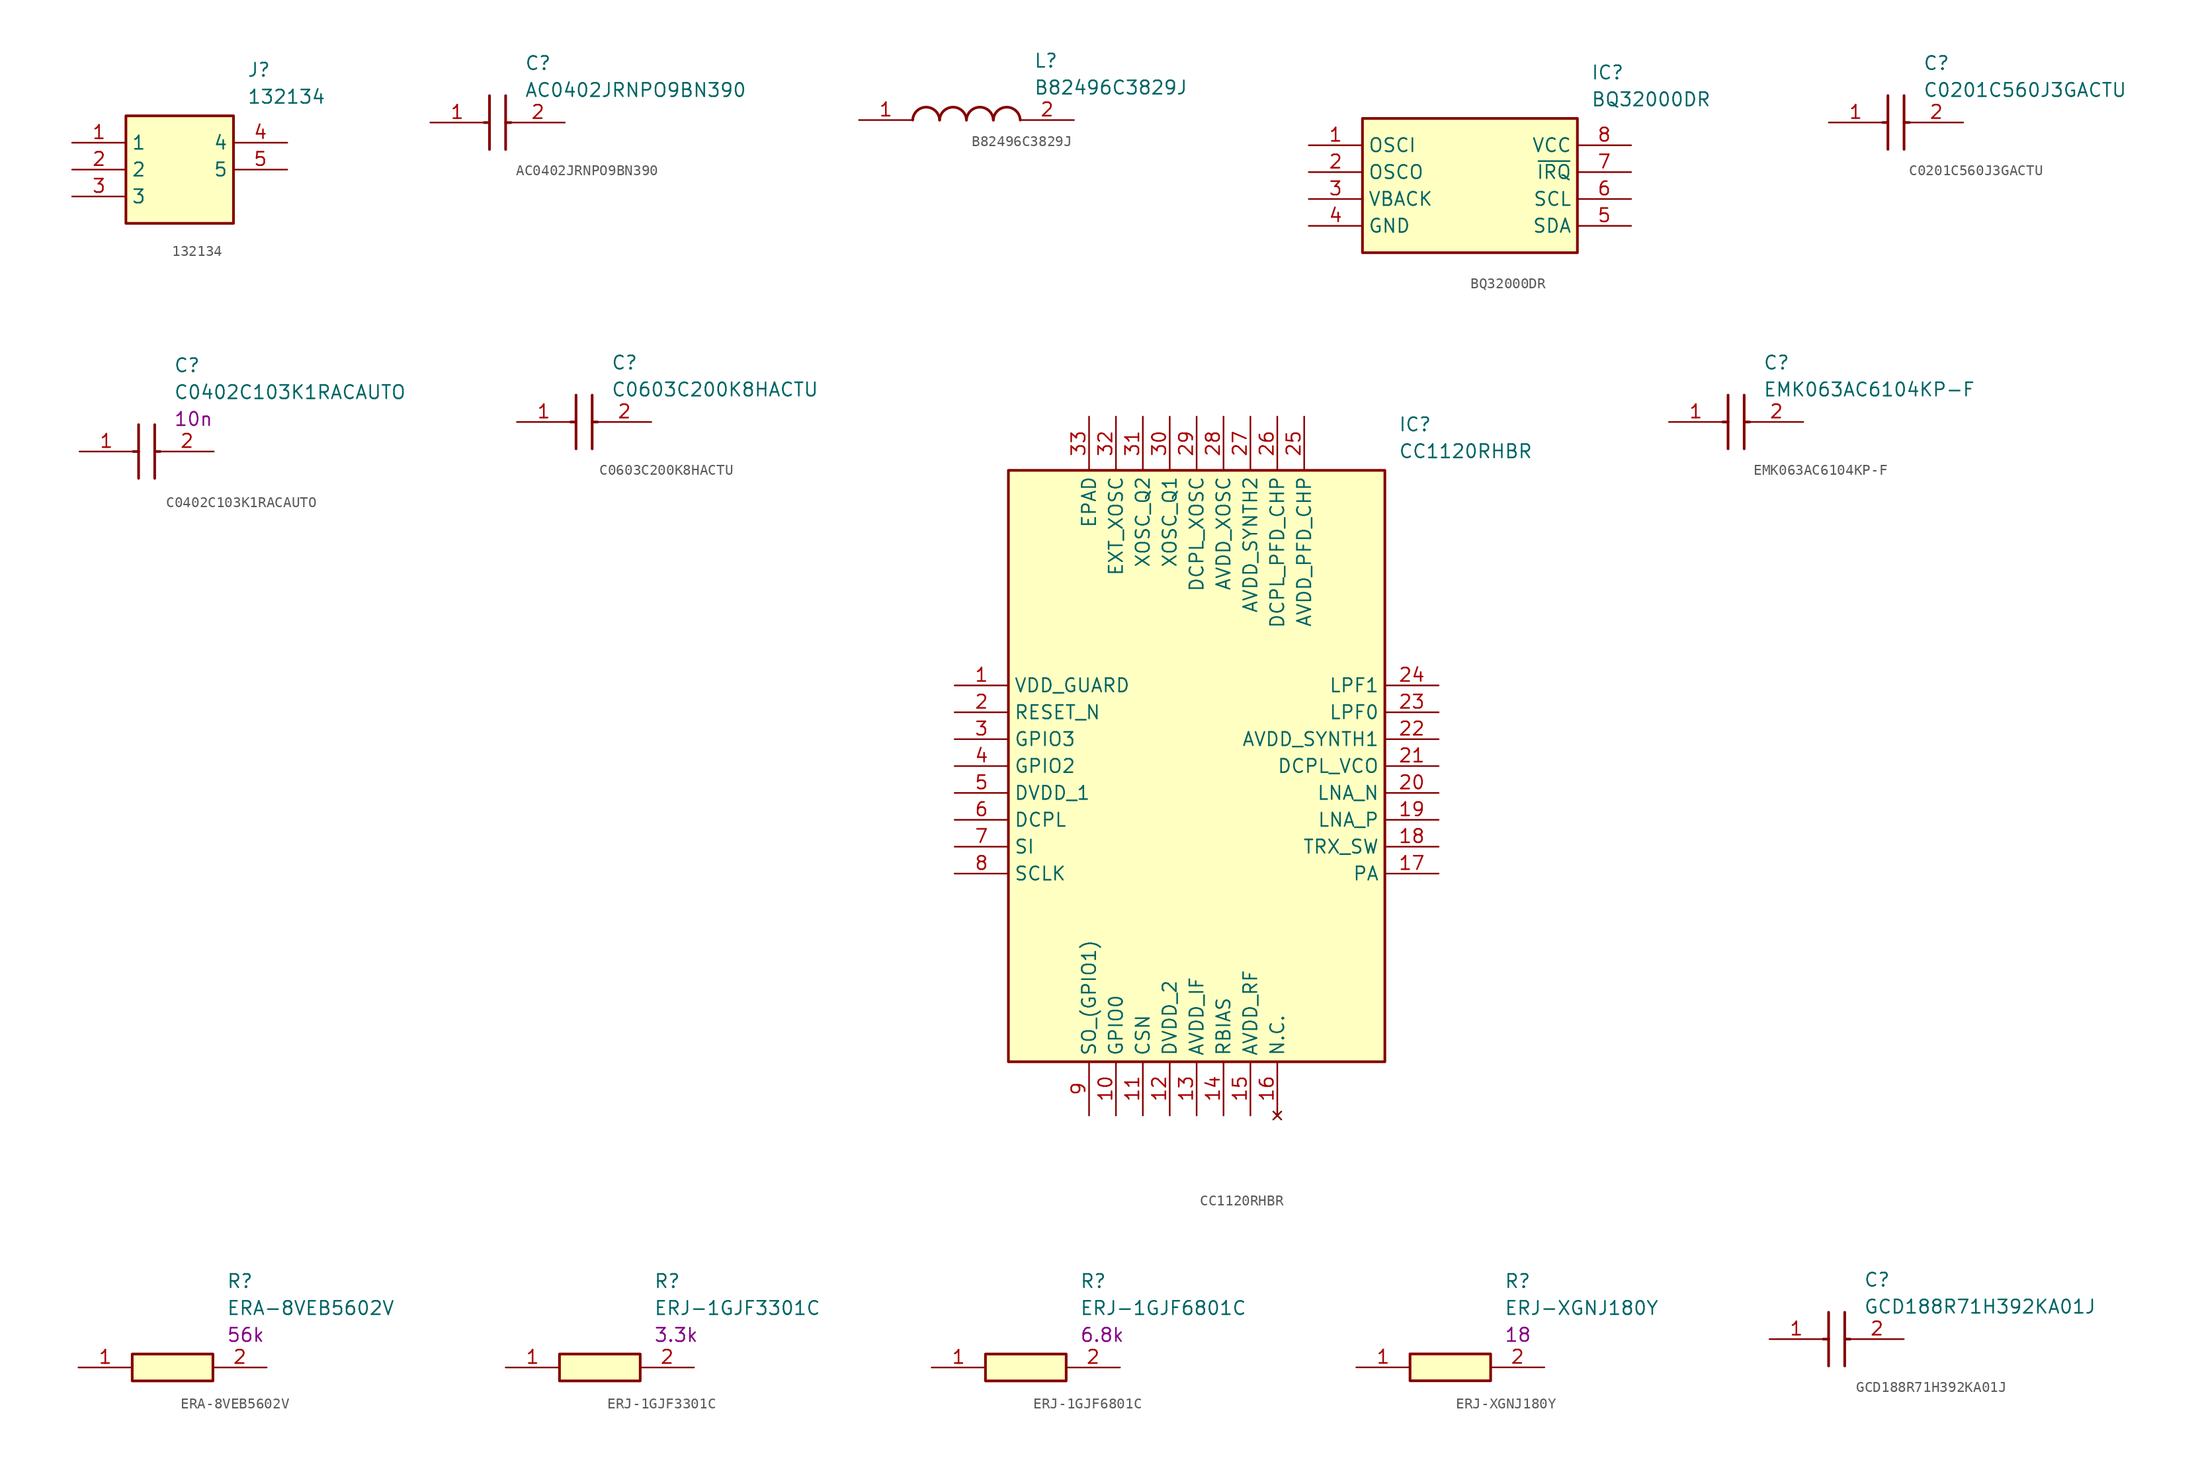
<source format=kicad_sym>
(kicad_symbol_lib
  (version 20220914)
  (generator kicad_symbol_editor)
  (symbol "132134"
    (property "Reference" "J"
      (at 16.51 7.62 0)
      (effects (font (size 1.27 1.27)) (justify left top)))
    (property "Value" "132134"
      (at 16.51 5.08 0)
      (effects (font (size 1.27 1.27)) (justify left top)))
    (symbol "132134_1_1"
      (rectangle (start 5.08 2.54) (end 15.24 -7.62) (stroke (width 0.254) (type default)) (fill (type background)))
      (pin passive line (at 0 0 0) (length 5.08) (name "1" (effects (font (size 1.27 1.27)))) (number "1" (effects (font (size 1.27 1.27)))))
      (pin passive line (at 0 -2.54 0) (length 5.08) (name "2" (effects (font (size 1.27 1.27)))) (number "2" (effects (font (size 1.27 1.27)))))
      (pin passive line (at 0 -5.08 0) (length 5.08) (name "3" (effects (font (size 1.27 1.27)))) (number "3" (effects (font (size 1.27 1.27)))))
      (pin passive line (at 20.32 0 180) (length 5.08) (name "4" (effects (font (size 1.27 1.27)))) (number "4" (effects (font (size 1.27 1.27)))))
      (pin passive line (at 20.32 -2.54 180) (length 5.08) (name "5" (effects (font (size 1.27 1.27)))) (number "5" (effects (font (size 1.27 1.27)))))))
  (symbol "AC0402JRNPO9BN390"
    (pin_names hide)
    (property "Reference" "C"
      (at 8.89 6.35 0)
      (effects (font (size 1.27 1.27)) (justify left top)))
    (property "Value" "AC0402JRNPO9BN390"
      (at 8.89 3.81 0)
      (effects (font (size 1.27 1.27)) (justify left top)))
    (symbol "AC0402JRNPO9BN390_1_1"
      (polyline (pts (xy 5.08 0) (xy 5.588 0)) (stroke (width 0.254) (type default)) (fill (type none)))
      (polyline (pts (xy 5.588 2.54) (xy 5.588 -2.54)) (stroke (width 0.254) (type default)) (fill (type none)))
      (polyline (pts (xy 7.112 0) (xy 7.62 0)) (stroke (width 0.254) (type default)) (fill (type none)))
      (polyline (pts (xy 7.112 2.54) (xy 7.112 -2.54)) (stroke (width 0.254) (type default)) (fill (type none)))
      (pin passive line (at 0 0 0) (length 5.08) (name "1" (effects (font (size 1.27 1.27)))) (number "1" (effects (font (size 1.27 1.27)))))
      (pin passive line (at 12.7 0 180) (length 5.08) (name "2" (effects (font (size 1.27 1.27)))) (number "2" (effects (font (size 1.27 1.27)))))))
  (symbol "B82496C3829J"
    (pin_names hide)
    (property "Reference" "L"
      (at 16.51 6.35 0)
      (effects (font (size 1.27 1.27)) (justify left top)))
    (property "Value" "B82496C3829J"
      (at 16.51 3.81 0)
      (effects (font (size 1.27 1.27)) (justify left top)))
    (symbol "B82496C3829J_1_1"
      (arc (start 7.62 0) (mid 6.35 1.219) (end 5.08 0) (stroke (width 0.254) (type default)) (fill (type none)))
      (arc (start 10.16 0) (mid 8.89 1.219) (end 7.62 0) (stroke (width 0.254) (type default)) (fill (type none)))
      (arc (start 12.7 0) (mid 11.43 1.219) (end 10.16 0) (stroke (width 0.254) (type default)) (fill (type none)))
      (arc (start 15.24 0) (mid 13.97 1.219) (end 12.7 0) (stroke (width 0.254) (type default)) (fill (type none)))
      (pin passive line (at 0 0 0) (length 5.08) (name "1" (effects (font (size 1.27 1.27)))) (number "1" (effects (font (size 1.27 1.27)))))
      (pin passive line (at 20.32 0 180) (length 5.08) (name "2" (effects (font (size 1.27 1.27)))) (number "2" (effects (font (size 1.27 1.27)))))))
  (symbol "BQ32000DR"
    (property "Reference" "IC"
      (at 26.67 7.62 0)
      (effects (font (size 1.27 1.27)) (justify left top)))
    (property "Value" "BQ32000DR"
      (at 26.67 5.08 0)
      (effects (font (size 1.27 1.27)) (justify left top)))
    (symbol "BQ32000DR_1_1"
      (rectangle (start 5.08 2.54) (end 25.4 -10.16) (stroke (width 0.254) (type default)) (fill (type background)))
      (pin passive line (at 0 0 0) (length 5.08) (name "OSCI" (effects (font (size 1.27 1.27)))) (number "1" (effects (font (size 1.27 1.27)))))
      (pin passive line (at 0 -2.54 0) (length 5.08) (name "OSCO" (effects (font (size 1.27 1.27)))) (number "2" (effects (font (size 1.27 1.27)))))
      (pin passive line (at 0 -5.08 0) (length 5.08) (name "VBACK" (effects (font (size 1.27 1.27)))) (number "3" (effects (font (size 1.27 1.27)))))
      (pin passive line (at 0 -7.62 0) (length 5.08) (name "GND" (effects (font (size 1.27 1.27)))) (number "4" (effects (font (size 1.27 1.27)))))
      (pin passive line (at 30.48 -7.62 180) (length 5.08) (name "SDA" (effects (font (size 1.27 1.27)))) (number "5" (effects (font (size 1.27 1.27)))))
      (pin passive line (at 30.48 -5.08 180) (length 5.08) (name "SCL" (effects (font (size 1.27 1.27)))) (number "6" (effects (font (size 1.27 1.27)))))
      (pin passive line (at 30.48 -2.54 180) (length 5.08) (name "~{IRQ}" (effects (font (size 1.27 1.27)))) (number "7" (effects (font (size 1.27 1.27)))))
      (pin passive line (at 30.48 0 180) (length 5.08) (name "VCC" (effects (font (size 1.27 1.27)))) (number "8" (effects (font (size 1.27 1.27)))))))
  (symbol "C0201C560J3GACTU"
    (pin_names hide)
    (property "Reference" "C"
      (at 8.89 6.35 0)
      (effects (font (size 1.27 1.27)) (justify left top)))
    (property "Value" "C0201C560J3GACTU"
      (at 8.89 3.81 0)
      (effects (font (size 1.27 1.27)) (justify left top)))
    (symbol "C0201C560J3GACTU_1_1"
      (polyline (pts (xy 5.08 0) (xy 5.588 0)) (stroke (width 0.254) (type default)) (fill (type none)))
      (polyline (pts (xy 5.588 2.54) (xy 5.588 -2.54)) (stroke (width 0.254) (type default)) (fill (type none)))
      (polyline (pts (xy 7.112 0) (xy 7.62 0)) (stroke (width 0.254) (type default)) (fill (type none)))
      (polyline (pts (xy 7.112 2.54) (xy 7.112 -2.54)) (stroke (width 0.254) (type default)) (fill (type none)))
      (pin passive line (at 0 0 0) (length 5.08) (name "1" (effects (font (size 1.27 1.27)))) (number "1" (effects (font (size 1.27 1.27)))))
      (pin passive line (at 12.7 0 180) (length 5.08) (name "2" (effects (font (size 1.27 1.27)))) (number "2" (effects (font (size 1.27 1.27)))))))
  (symbol "C0402C103K1RACAUTO"
    (pin_names hide)
    (property "Reference" "C"
      (at 8.89 8.89 0)
      (effects (font (size 1.27 1.27)) (justify left top)))
    (property "Value" "C0402C103K1RACAUTO"
      (at 8.89 6.35 0)
      (effects (font (size 1.27 1.27)) (justify left top)))
    (property "C" "10n"
      (at 8.89 3.81 0)
      (effects (font (size 1.27 1.27)) (justify left top)))
    (symbol "C0402C103K1RACAUTO_1_1"
      (polyline (pts (xy 5.08 0) (xy 5.588 0)) (stroke (width 0.254) (type default)) (fill (type none)))
      (polyline (pts (xy 5.588 2.54) (xy 5.588 -2.54)) (stroke (width 0.254) (type default)) (fill (type none)))
      (polyline (pts (xy 7.112 0) (xy 7.62 0)) (stroke (width 0.254) (type default)) (fill (type none)))
      (polyline (pts (xy 7.112 2.54) (xy 7.112 -2.54)) (stroke (width 0.254) (type default)) (fill (type none)))
      (pin passive line (at 0 0 0) (length 5.08) (name "1" (effects (font (size 1.27 1.27)))) (number "1" (effects (font (size 1.27 1.27)))))
      (pin passive line (at 12.7 0 180) (length 5.08) (name "2" (effects (font (size 1.27 1.27)))) (number "2" (effects (font (size 1.27 1.27)))))))
  (symbol "C0603C200K8HACTU"
    (pin_names hide)
    (property "Reference" "C"
      (at 8.89 6.35 0)
      (effects (font (size 1.27 1.27)) (justify left top)))
    (property "Value" "C0603C200K8HACTU"
      (at 8.89 3.81 0)
      (effects (font (size 1.27 1.27)) (justify left top)))
    (symbol "C0603C200K8HACTU_1_1"
      (polyline (pts (xy 5.08 0) (xy 5.588 0)) (stroke (width 0.254) (type default)) (fill (type none)))
      (polyline (pts (xy 5.588 2.54) (xy 5.588 -2.54)) (stroke (width 0.254) (type default)) (fill (type none)))
      (polyline (pts (xy 7.112 0) (xy 7.62 0)) (stroke (width 0.254) (type default)) (fill (type none)))
      (polyline (pts (xy 7.112 2.54) (xy 7.112 -2.54)) (stroke (width 0.254) (type default)) (fill (type none)))
      (pin passive line (at 0 0 0) (length 5.08) (name "1" (effects (font (size 1.27 1.27)))) (number "1" (effects (font (size 1.27 1.27)))))
      (pin passive line (at 12.7 0 180) (length 5.08) (name "2" (effects (font (size 1.27 1.27)))) (number "2" (effects (font (size 1.27 1.27)))))))
  (symbol "CC1120RHBR"
    (property "Reference" "IC"
      (at 41.91 25.4 0)
      (effects (font (size 1.27 1.27)) (justify left top)))
    (property "Value" "CC1120RHBR"
      (at 41.91 22.86 0)
      (effects (font (size 1.27 1.27)) (justify left top)))
    (symbol "CC1120RHBR_1_1"
      (rectangle (start 5.08 20.32) (end 40.64 -35.56) (stroke (width 0.254) (type default)) (fill (type background)))
      (pin passive line (at 0 0 0) (length 5.08) (name "VDD_GUARD" (effects (font (size 1.27 1.27)))) (number "1" (effects (font (size 1.27 1.27)))))
      (pin passive line (at 15.24 -40.64 90) (length 5.08) (name "GPIO0" (effects (font (size 1.27 1.27)))) (number "10" (effects (font (size 1.27 1.27)))))
      (pin passive line (at 17.78 -40.64 90) (length 5.08) (name "CSN" (effects (font (size 1.27 1.27)))) (number "11" (effects (font (size 1.27 1.27)))))
      (pin passive line (at 20.32 -40.64 90) (length 5.08) (name "DVDD_2" (effects (font (size 1.27 1.27)))) (number "12" (effects (font (size 1.27 1.27)))))
      (pin passive line (at 22.86 -40.64 90) (length 5.08) (name "AVDD_IF" (effects (font (size 1.27 1.27)))) (number "13" (effects (font (size 1.27 1.27)))))
      (pin passive line (at 25.4 -40.64 90) (length 5.08) (name "RBIAS" (effects (font (size 1.27 1.27)))) (number "14" (effects (font (size 1.27 1.27)))))
      (pin passive line (at 27.94 -40.64 90) (length 5.08) (name "AVDD_RF" (effects (font (size 1.27 1.27)))) (number "15" (effects (font (size 1.27 1.27)))))
      (pin no_connect line (at 30.48 -40.64 90) (length 5.08) (name "N.C." (effects (font (size 1.27 1.27)))) (number "16" (effects (font (size 1.27 1.27)))))
      (pin passive line (at 45.72 -17.78 180) (length 5.08) (name "PA" (effects (font (size 1.27 1.27)))) (number "17" (effects (font (size 1.27 1.27)))))
      (pin passive line (at 45.72 -15.24 180) (length 5.08) (name "TRX_SW" (effects (font (size 1.27 1.27)))) (number "18" (effects (font (size 1.27 1.27)))))
      (pin passive line (at 45.72 -12.7 180) (length 5.08) (name "LNA_P" (effects (font (size 1.27 1.27)))) (number "19" (effects (font (size 1.27 1.27)))))
      (pin passive line (at 0 -2.54 0) (length 5.08) (name "RESET_N" (effects (font (size 1.27 1.27)))) (number "2" (effects (font (size 1.27 1.27)))))
      (pin passive line (at 45.72 -10.16 180) (length 5.08) (name "LNA_N" (effects (font (size 1.27 1.27)))) (number "20" (effects (font (size 1.27 1.27)))))
      (pin passive line (at 45.72 -7.62 180) (length 5.08) (name "DCPL_VCO" (effects (font (size 1.27 1.27)))) (number "21" (effects (font (size 1.27 1.27)))))
      (pin passive line (at 45.72 -5.08 180) (length 5.08) (name "AVDD_SYNTH1" (effects (font (size 1.27 1.27)))) (number "22" (effects (font (size 1.27 1.27)))))
      (pin passive line (at 45.72 -2.54 180) (length 5.08) (name "LPF0" (effects (font (size 1.27 1.27)))) (number "23" (effects (font (size 1.27 1.27)))))
      (pin passive line (at 45.72 0 180) (length 5.08) (name "LPF1" (effects (font (size 1.27 1.27)))) (number "24" (effects (font (size 1.27 1.27)))))
      (pin passive line (at 33.02 25.4 270) (length 5.08) (name "AVDD_PFD_CHP" (effects (font (size 1.27 1.27)))) (number "25" (effects (font (size 1.27 1.27)))))
      (pin passive line (at 30.48 25.4 270) (length 5.08) (name "DCPL_PFD_CHP" (effects (font (size 1.27 1.27)))) (number "26" (effects (font (size 1.27 1.27)))))
      (pin passive line (at 27.94 25.4 270) (length 5.08) (name "AVDD_SYNTH2" (effects (font (size 1.27 1.27)))) (number "27" (effects (font (size 1.27 1.27)))))
      (pin passive line (at 25.4 25.4 270) (length 5.08) (name "AVDD_XOSC" (effects (font (size 1.27 1.27)))) (number "28" (effects (font (size 1.27 1.27)))))
      (pin passive line (at 22.86 25.4 270) (length 5.08) (name "DCPL_XOSC" (effects (font (size 1.27 1.27)))) (number "29" (effects (font (size 1.27 1.27)))))
      (pin passive line (at 0 -5.08 0) (length 5.08) (name "GPIO3" (effects (font (size 1.27 1.27)))) (number "3" (effects (font (size 1.27 1.27)))))
      (pin passive line (at 20.32 25.4 270) (length 5.08) (name "XOSC_Q1" (effects (font (size 1.27 1.27)))) (number "30" (effects (font (size 1.27 1.27)))))
      (pin passive line (at 17.78 25.4 270) (length 5.08) (name "XOSC_Q2" (effects (font (size 1.27 1.27)))) (number "31" (effects (font (size 1.27 1.27)))))
      (pin passive line (at 15.24 25.4 270) (length 5.08) (name "EXT_XOSC" (effects (font (size 1.27 1.27)))) (number "32" (effects (font (size 1.27 1.27)))))
      (pin passive line (at 12.7 25.4 270) (length 5.08) (name "EPAD" (effects (font (size 1.27 1.27)))) (number "33" (effects (font (size 1.27 1.27)))))
      (pin passive line (at 0 -7.62 0) (length 5.08) (name "GPIO2" (effects (font (size 1.27 1.27)))) (number "4" (effects (font (size 1.27 1.27)))))
      (pin passive line (at 0 -10.16 0) (length 5.08) (name "DVDD_1" (effects (font (size 1.27 1.27)))) (number "5" (effects (font (size 1.27 1.27)))))
      (pin passive line (at 0 -12.7 0) (length 5.08) (name "DCPL" (effects (font (size 1.27 1.27)))) (number "6" (effects (font (size 1.27 1.27)))))
      (pin passive line (at 0 -15.24 0) (length 5.08) (name "SI" (effects (font (size 1.27 1.27)))) (number "7" (effects (font (size 1.27 1.27)))))
      (pin passive line (at 0 -17.78 0) (length 5.08) (name "SCLK" (effects (font (size 1.27 1.27)))) (number "8" (effects (font (size 1.27 1.27)))))
      (pin passive line (at 12.7 -40.64 90) (length 5.08) (name "SO_(GPIO1)" (effects (font (size 1.27 1.27)))) (number "9" (effects (font (size 1.27 1.27)))))))
  (symbol "EMK063AC6104KP-F"
    (pin_names hide)
    (property "Reference" "C"
      (at 8.89 6.35 0)
      (effects (font (size 1.27 1.27)) (justify left top)))
    (property "Value" "EMK063AC6104KP-F"
      (at 8.89 3.81 0)
      (effects (font (size 1.27 1.27)) (justify left top)))
    (symbol "EMK063AC6104KP-F_1_1"
      (polyline (pts (xy 5.08 0) (xy 5.588 0)) (stroke (width 0.254) (type default)) (fill (type none)))
      (polyline (pts (xy 5.588 2.54) (xy 5.588 -2.54)) (stroke (width 0.254) (type default)) (fill (type none)))
      (polyline (pts (xy 7.112 0) (xy 7.62 0)) (stroke (width 0.254) (type default)) (fill (type none)))
      (polyline (pts (xy 7.112 2.54) (xy 7.112 -2.54)) (stroke (width 0.254) (type default)) (fill (type none)))
      (pin passive line (at 0 0 0) (length 5.08) (name "1" (effects (font (size 1.27 1.27)))) (number "1" (effects (font (size 1.27 1.27)))))
      (pin passive line (at 12.7 0 180) (length 5.08) (name "2" (effects (font (size 1.27 1.27)))) (number "2" (effects (font (size 1.27 1.27)))))))
  (symbol "ERA-8VEB5602V"
    (pin_names hide)
    (property "Reference" "R"
      (at 13.97 8.89 0)
      (effects (font (size 1.27 1.27)) (justify left top)))
    (property "Value" "ERA-8VEB5602V"
      (at 13.97 6.35 0)
      (effects (font (size 1.27 1.27)) (justify left top)))
    (property "R" "56k"
      (at 13.97 3.81 0)
      (effects (font (size 1.27 1.27)) (justify left top)))
    (symbol "ERA-8VEB5602V_1_1"
      (rectangle (start 5.08 1.27) (end 12.7 -1.27) (stroke (width 0.254) (type default)) (fill (type background)))
      (pin passive line (at 0 0 0) (length 5.08) (name "1" (effects (font (size 1.27 1.27)))) (number "1" (effects (font (size 1.27 1.27)))))
      (pin passive line (at 17.78 0 180) (length 5.08) (name "2" (effects (font (size 1.27 1.27)))) (number "2" (effects (font (size 1.27 1.27)))))))
  (symbol "ERJ-1GJF3301C"
    (pin_names hide)
    (property "Reference" "R"
      (at 13.97 8.89 0)
      (effects (font (size 1.27 1.27)) (justify left top)))
    (property "Value" "ERJ-1GJF3301C"
      (at 13.97 6.35 0)
      (effects (font (size 1.27 1.27)) (justify left top)))
    (property "R" "3.3k"
      (at 13.97 3.81 0)
      (effects (font (size 1.27 1.27)) (justify left top)))
    (symbol "ERJ-1GJF3301C_1_1"
      (rectangle (start 5.08 1.27) (end 12.7 -1.27) (stroke (width 0.254) (type default)) (fill (type background)))
      (pin passive line (at 0 0 0) (length 5.08) (name "1" (effects (font (size 1.27 1.27)))) (number "1" (effects (font (size 1.27 1.27)))))
      (pin passive line (at 17.78 0 180) (length 5.08) (name "2" (effects (font (size 1.27 1.27)))) (number "2" (effects (font (size 1.27 1.27)))))))
  (symbol "ERJ-1GJF6801C"
    (pin_names hide)
    (property "Reference" "R"
      (at 13.97 8.89 0)
      (effects (font (size 1.27 1.27)) (justify left top)))
    (property "Value" "ERJ-1GJF6801C"
      (at 13.97 6.35 0)
      (effects (font (size 1.27 1.27)) (justify left top)))
    (property "R" "6.8k"
      (at 13.97 3.81 0)
      (effects (font (size 1.27 1.27)) (justify left top)))
    (symbol "ERJ-1GJF6801C_1_1"
      (rectangle (start 5.08 1.27) (end 12.7 -1.27) (stroke (width 0.254) (type default)) (fill (type background)))
      (pin passive line (at 0 0 0) (length 5.08) (name "1" (effects (font (size 1.27 1.27)))) (number "1" (effects (font (size 1.27 1.27)))))
      (pin passive line (at 17.78 0 180) (length 5.08) (name "2" (effects (font (size 1.27 1.27)))) (number "2" (effects (font (size 1.27 1.27)))))))
  (symbol "ERJ-XGNJ180Y"
    (pin_names hide)
    (property "Reference" "R"
      (at 13.97 8.89 0)
      (effects (font (size 1.27 1.27)) (justify left top)))
    (property "Value" "ERJ-XGNJ180Y"
      (at 13.97 6.35 0)
      (effects (font (size 1.27 1.27)) (justify left top)))
    (property "R" "18"
      (at 13.97 3.81 0)
      (effects (font (size 1.27 1.27)) (justify left top)))
    (symbol "ERJ-XGNJ180Y_1_1"
      (rectangle (start 5.08 1.27) (end 12.7 -1.27) (stroke (width 0.254) (type default)) (fill (type background)))
      (pin passive line (at 0 0 0) (length 5.08) (name "1" (effects (font (size 1.27 1.27)))) (number "1" (effects (font (size 1.27 1.27)))))
      (pin passive line (at 17.78 0 180) (length 5.08) (name "2" (effects (font (size 1.27 1.27)))) (number "2" (effects (font (size 1.27 1.27)))))))
  (symbol "GCD188R71H392KA01J"
    (pin_names hide)
    (property "Reference" "C"
      (at 8.89 6.35 0)
      (effects (font (size 1.27 1.27)) (justify left top)))
    (property "Value" "GCD188R71H392KA01J"
      (at 8.89 3.81 0)
      (effects (font (size 1.27 1.27)) (justify left top)))
    (symbol "GCD188R71H392KA01J_1_1"
      (polyline (pts (xy 5.08 0) (xy 5.588 0)) (stroke (width 0.254) (type default)) (fill (type none)))
      (polyline (pts (xy 5.588 2.54) (xy 5.588 -2.54)) (stroke (width 0.254) (type default)) (fill (type none)))
      (polyline (pts (xy 7.112 0) (xy 7.62 0)) (stroke (width 0.254) (type default)) (fill (type none)))
      (polyline (pts (xy 7.112 2.54) (xy 7.112 -2.54)) (stroke (width 0.254) (type default)) (fill (type none)))
      (pin passive line (at 0 0 0) (length 5.08) (name "1" (effects (font (size 1.27 1.27)))) (number "1" (effects (font (size 1.27 1.27)))))
      (pin passive line (at 12.7 0 180) (length 5.08) (name "2" (effects (font (size 1.27 1.27)))) (number "2" (effects (font (size 1.27 1.27))))))))
</source>
